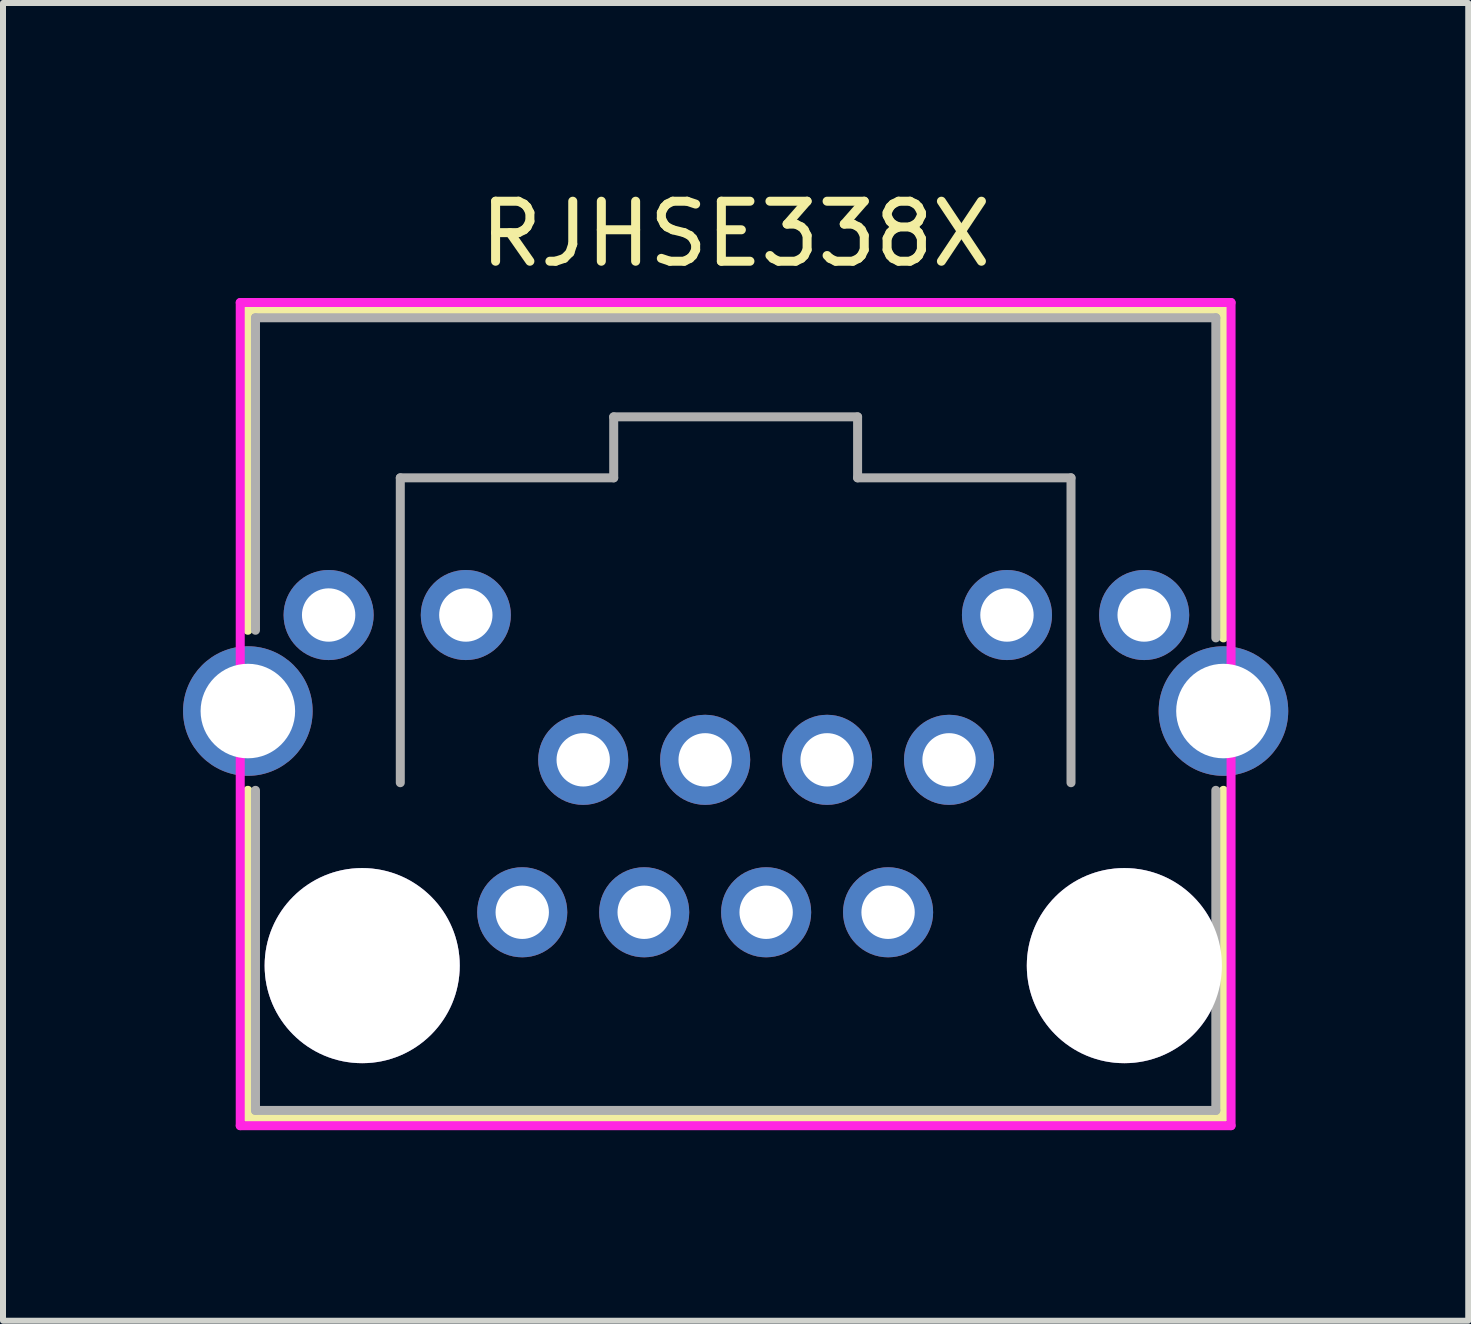
<source format=kicad_pcb>
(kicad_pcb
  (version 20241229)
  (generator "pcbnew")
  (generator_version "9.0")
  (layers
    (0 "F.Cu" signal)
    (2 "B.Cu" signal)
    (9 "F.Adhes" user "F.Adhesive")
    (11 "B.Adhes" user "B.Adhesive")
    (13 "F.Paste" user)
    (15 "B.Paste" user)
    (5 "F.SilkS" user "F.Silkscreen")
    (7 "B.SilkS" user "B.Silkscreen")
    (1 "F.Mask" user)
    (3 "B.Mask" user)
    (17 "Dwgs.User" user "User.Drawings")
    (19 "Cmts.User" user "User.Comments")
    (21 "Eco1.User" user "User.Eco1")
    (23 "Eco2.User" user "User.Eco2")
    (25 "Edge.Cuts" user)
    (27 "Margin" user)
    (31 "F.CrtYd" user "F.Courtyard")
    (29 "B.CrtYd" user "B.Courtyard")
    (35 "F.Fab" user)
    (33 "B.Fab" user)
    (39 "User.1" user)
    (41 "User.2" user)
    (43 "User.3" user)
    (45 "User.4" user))
  (footprint "RJHSE338X"
    (layer "F.Cu")
    (at 0.953 15.707)
    (property "Reference" "RJHSE338X" (at 8.255 -14.859 0) (layer "F.SilkS") (effects (font (size 1 1) (thickness 0.15))))
    (attr through_hole)
    (fp_line (start 0.127 -13.589) (end 0.127 -8.255) (stroke (width 0.15) (type solid)) (layer "F.SilkS"))
    (fp_line (start 0.127 -5.588) (end 0.127 -0.127) (stroke (width 0.15) (type solid)) (layer "F.SilkS"))
    (fp_line (start 0.127 -0.127) (end 16.383 -0.127) (stroke (width 0.15) (type solid)) (layer "F.SilkS"))
    (fp_line (start 16.383 -13.589) (end 0.127 -13.589) (stroke (width 0.15) (type solid)) (layer "F.SilkS"))
    (fp_line (start 16.383 -8.128) (end 16.383 -13.589) (stroke (width 0.15) (type solid)) (layer "F.SilkS"))
    (fp_line (start 16.383 -0.127) (end 16.383 -5.588) (stroke (width 0.15) (type solid)) (layer "F.SilkS"))
    (fp_line (start 0 -13.716) (end 0 0) (stroke (width 0.15) (type solid)) (layer "F.CrtYd"))
    (fp_line (start 0 0) (end 16.51 0) (stroke (width 0.15) (type solid)) (layer "F.CrtYd"))
    (fp_line (start 16.51 -13.716) (end 0 -13.716) (stroke (width 0.15) (type solid)) (layer "F.CrtYd"))
    (fp_line (start 16.51 0) (end 16.51 -13.716) (stroke (width 0.15) (type solid)) (layer "F.CrtYd"))
    (fp_line (start 0.254 -13.462) (end 0.254 -8.255) (stroke (width 0.15) (type solid)) (layer "F.Fab"))
    (fp_line (start 0.254 -5.588) (end 0.254 -0.254) (stroke (width 0.15) (type solid)) (layer "F.Fab"))
    (fp_line (start 0.254 -0.254) (end 16.256 -0.254) (stroke (width 0.15) (type solid)) (layer "F.Fab"))
    (fp_line (start 2.667 -10.795) (end 6.223 -10.795) (stroke (width 0.15) (type solid)) (layer "F.Fab"))
    (fp_line (start 2.667 -5.715) (end 2.667 -10.795) (stroke (width 0.15) (type solid)) (layer "F.Fab"))
    (fp_line (start 6.223 -11.811) (end 10.287 -11.811) (stroke (width 0.15) (type solid)) (layer "F.Fab"))
    (fp_line (start 6.223 -10.795) (end 6.223 -11.811) (stroke (width 0.15) (type solid)) (layer "F.Fab"))
    (fp_line (start 10.287 -11.811) (end 10.287 -10.795) (stroke (width 0.15) (type solid)) (layer "F.Fab"))
    (fp_line (start 10.287 -10.795) (end 13.843 -10.795) (stroke (width 0.15) (type solid)) (layer "F.Fab"))
    (fp_line (start 13.843 -10.795) (end 13.843 -5.715) (stroke (width 0.15) (type solid)) (layer "F.Fab"))
    (fp_line (start 16.256 -13.462) (end 0.254 -13.462) (stroke (width 0.15) (type solid)) (layer "F.Fab"))
    (fp_line (start 16.256 -8.128) (end 16.256 -13.462) (stroke (width 0.15) (type solid)) (layer "F.Fab"))
    (fp_line (start 16.256 -0.254) (end 16.256 -5.588) (stroke (width 0.15) (type solid)) (layer "F.Fab"))
    (pad "" thru_hole circle (at 2.032 -2.667) (size 3.251 3.251) (drill 3.251) (layers "*.Cu" "*.Mask"))
    (pad "" thru_hole circle (at 14.732 -2.667) (size 3.251 3.251) (drill 3.251) (layers "*.Cu" "*.Mask"))
    (pad "1" thru_hole circle (at 11.811 -6.096) (size 1.501 1.501) (drill 0.889) (layers "*.Cu" "*.Mask"))
    (pad "2" thru_hole circle (at 10.795 -3.556) (size 1.501 1.501) (drill 0.889) (layers "*.Cu" "*.Mask"))
    (pad "3" thru_hole circle (at 9.779 -6.096) (size 1.501 1.501) (drill 0.889) (layers "*.Cu" "*.Mask"))
    (pad "4" thru_hole circle (at 8.763 -3.556) (size 1.501 1.501) (drill 0.889) (layers "*.Cu" "*.Mask"))
    (pad "5" thru_hole circle (at 7.747 -6.096) (size 1.501 1.501) (drill 0.889) (layers "*.Cu" "*.Mask"))
    (pad "6" thru_hole circle (at 6.731 -3.556) (size 1.501 1.501) (drill 0.889) (layers "*.Cu" "*.Mask"))
    (pad "7" thru_hole circle (at 5.715 -6.096) (size 1.501 1.501) (drill 0.889) (layers "*.Cu" "*.Mask"))
    (pad "8" thru_hole circle (at 4.699 -3.556) (size 1.501 1.501) (drill 0.889) (layers "*.Cu" "*.Mask"))
    (pad "9" thru_hole circle (at 15.062 -8.509) (size 1.501 1.501) (drill 0.889) (layers "*.Cu" "*.Mask"))
    (pad "10" thru_hole circle (at 12.776 -8.509) (size 1.501 1.501) (drill 0.889) (layers "*.Cu" "*.Mask"))
    (pad "11" thru_hole circle (at 3.759 -8.509) (size 1.501 1.501) (drill 0.889) (layers "*.Cu" "*.Mask"))
    (pad "12" thru_hole circle (at 1.473 -8.509) (size 1.501 1.501) (drill 0.889) (layers "*.Cu" "*.Mask"))
    (pad "13" thru_hole circle (at 0.127 -6.909) (size 2.159 2.159) (drill 1.575) (layers "*.Cu" "*.Mask"))
    (pad "13" thru_hole circle (at 16.383 -6.909) (size 2.159 2.159) (drill 1.575) (layers "*.Cu" "*.Mask")))
  (gr_rect
    (start -3 -3)
    (end 21.415 18.957)
    (stroke (width 0.1) (type default))
    (fill no)
    (layer "Edge.Cuts")))
</source>
